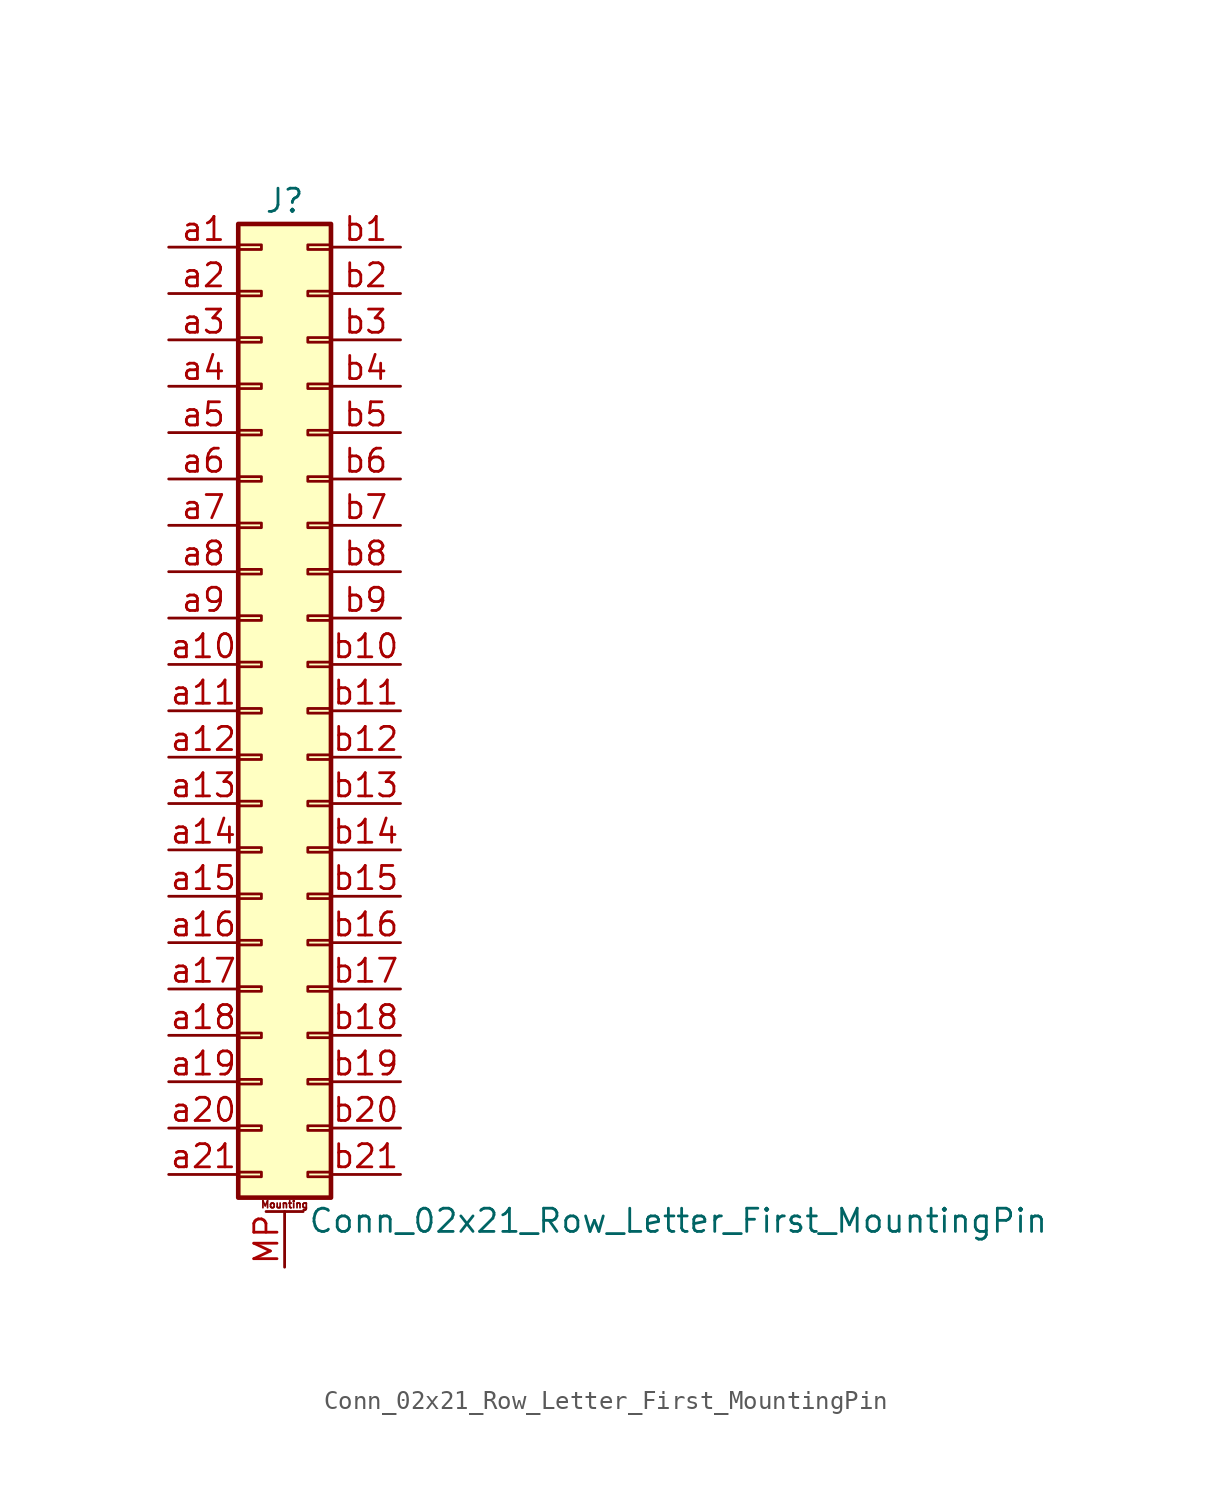
<source format=kicad_sym>
(kicad_symbol_lib
  (version 20201005)
  (generator kicad_symbol_editor)
  (symbol "Conn_02x21_Row_Letter_First_MountingPin"
    (pin_names
      (offset 1.016) hide)
    (property "Reference" "J"
      (at 1.27 27.94 0)
      (effects (font (size 1.27 1.27))))
    (property "Value" "Conn_02x21_Row_Letter_First_MountingPin"
      (at 2.54 -27.94 0)
      (effects (font (size 1.27 1.27)) (justify left)))
    (symbol "Conn_02x21_Row_Letter_First_MountingPin_1_1"
      (text "Mounting" (at 1.27 -27.051 0) (effects (font (size 0.381 0.381))))
      (rectangle (start -1.27 -25.273) (end 0 -25.527) (stroke (width 0.152)) (fill (type none)))
      (rectangle (start -1.27 -22.733) (end 0 -22.987) (stroke (width 0.152)) (fill (type none)))
      (rectangle (start -1.27 -20.193) (end 0 -20.447) (stroke (width 0.152)) (fill (type none)))
      (rectangle (start -1.27 -17.653) (end 0 -17.907) (stroke (width 0.152)) (fill (type none)))
      (rectangle (start -1.27 -15.113) (end 0 -15.367) (stroke (width 0.152)) (fill (type none)))
      (rectangle (start -1.27 -12.573) (end 0 -12.827) (stroke (width 0.152)) (fill (type none)))
      (rectangle (start -1.27 -10.033) (end 0 -10.287) (stroke (width 0.152)) (fill (type none)))
      (rectangle (start -1.27 -7.493) (end 0 -7.747) (stroke (width 0.152)) (fill (type none)))
      (rectangle (start -1.27 -4.953) (end 0 -5.207) (stroke (width 0.152)) (fill (type none)))
      (rectangle (start -1.27 -2.413) (end 0 -2.667) (stroke (width 0.152)) (fill (type none)))
      (rectangle (start -1.27 0.127) (end 0 -0.127) (stroke (width 0.152)) (fill (type none)))
      (rectangle (start -1.27 2.667) (end 0 2.413) (stroke (width 0.152)) (fill (type none)))
      (rectangle (start -1.27 5.207) (end 0 4.953) (stroke (width 0.152)) (fill (type none)))
      (rectangle (start -1.27 7.747) (end 0 7.493) (stroke (width 0.152)) (fill (type none)))
      (rectangle (start -1.27 10.287) (end 0 10.033) (stroke (width 0.152)) (fill (type none)))
      (rectangle (start -1.27 12.827) (end 0 12.573) (stroke (width 0.152)) (fill (type none)))
      (rectangle (start -1.27 15.367) (end 0 15.113) (stroke (width 0.152)) (fill (type none)))
      (rectangle (start -1.27 17.907) (end 0 17.653) (stroke (width 0.152)) (fill (type none)))
      (rectangle (start -1.27 20.447) (end 0 20.193) (stroke (width 0.152)) (fill (type none)))
      (rectangle (start -1.27 22.987) (end 0 22.733) (stroke (width 0.152)) (fill (type none)))
      (rectangle (start -1.27 25.527) (end 0 25.273) (stroke (width 0.152)) (fill (type none)))
      (rectangle (start 3.81 -25.273) (end 2.54 -25.527) (stroke (width 0.152)) (fill (type none)))
      (rectangle (start 3.81 -22.733) (end 2.54 -22.987) (stroke (width 0.152)) (fill (type none)))
      (rectangle (start 3.81 -20.193) (end 2.54 -20.447) (stroke (width 0.152)) (fill (type none)))
      (rectangle (start 3.81 -17.653) (end 2.54 -17.907) (stroke (width 0.152)) (fill (type none)))
      (rectangle (start 3.81 -15.113) (end 2.54 -15.367) (stroke (width 0.152)) (fill (type none)))
      (rectangle (start 3.81 -12.573) (end 2.54 -12.827) (stroke (width 0.152)) (fill (type none)))
      (rectangle (start 3.81 -10.033) (end 2.54 -10.287) (stroke (width 0.152)) (fill (type none)))
      (rectangle (start 3.81 -7.493) (end 2.54 -7.747) (stroke (width 0.152)) (fill (type none)))
      (rectangle (start 3.81 -4.953) (end 2.54 -5.207) (stroke (width 0.152)) (fill (type none)))
      (rectangle (start 3.81 -2.413) (end 2.54 -2.667) (stroke (width 0.152)) (fill (type none)))
      (rectangle (start 3.81 0.127) (end 2.54 -0.127) (stroke (width 0.152)) (fill (type none)))
      (rectangle (start 3.81 2.667) (end 2.54 2.413) (stroke (width 0.152)) (fill (type none)))
      (rectangle (start 3.81 5.207) (end 2.54 4.953) (stroke (width 0.152)) (fill (type none)))
      (rectangle (start 3.81 7.747) (end 2.54 7.493) (stroke (width 0.152)) (fill (type none)))
      (rectangle (start 3.81 10.287) (end 2.54 10.033) (stroke (width 0.152)) (fill (type none)))
      (rectangle (start 3.81 12.827) (end 2.54 12.573) (stroke (width 0.152)) (fill (type none)))
      (rectangle (start 3.81 15.367) (end 2.54 15.113) (stroke (width 0.152)) (fill (type none)))
      (rectangle (start 3.81 17.907) (end 2.54 17.653) (stroke (width 0.152)) (fill (type none)))
      (rectangle (start 3.81 20.447) (end 2.54 20.193) (stroke (width 0.152)) (fill (type none)))
      (rectangle (start 3.81 22.987) (end 2.54 22.733) (stroke (width 0.152)) (fill (type none)))
      (rectangle (start 3.81 25.527) (end 2.54 25.273) (stroke (width 0.152)) (fill (type none)))
      (rectangle (start -1.27 26.67) (end 3.81 -26.67) (stroke (width 0.254)) (fill (type background)))
      (polyline (pts (xy 0.254 -27.432) (xy 2.286 -27.432)) (stroke (width 0.152)) (fill (type none)))
      (pin passive line (at 1.27 -30.48 90) (length 3.048) (name "MountPin" (effects (font (size 1.27 1.27)))) (number "MP" (effects (font (size 1.27 1.27)))))
      (pin passive line (at -5.08 25.4 0) (length 3.81) (name "Pin_a1" (effects (font (size 1.27 1.27)))) (number "a1" (effects (font (size 1.27 1.27)))))
      (pin passive line (at -5.08 2.54 0) (length 3.81) (name "Pin_a10" (effects (font (size 1.27 1.27)))) (number "a10" (effects (font (size 1.27 1.27)))))
      (pin passive line (at -5.08 0 0) (length 3.81) (name "Pin_a11" (effects (font (size 1.27 1.27)))) (number "a11" (effects (font (size 1.27 1.27)))))
      (pin passive line (at -5.08 -2.54 0) (length 3.81) (name "Pin_a12" (effects (font (size 1.27 1.27)))) (number "a12" (effects (font (size 1.27 1.27)))))
      (pin passive line (at -5.08 -5.08 0) (length 3.81) (name "Pin_a13" (effects (font (size 1.27 1.27)))) (number "a13" (effects (font (size 1.27 1.27)))))
      (pin passive line (at -5.08 -7.62 0) (length 3.81) (name "Pin_a14" (effects (font (size 1.27 1.27)))) (number "a14" (effects (font (size 1.27 1.27)))))
      (pin passive line (at -5.08 -10.16 0) (length 3.81) (name "Pin_a15" (effects (font (size 1.27 1.27)))) (number "a15" (effects (font (size 1.27 1.27)))))
      (pin passive line (at -5.08 -12.7 0) (length 3.81) (name "Pin_a16" (effects (font (size 1.27 1.27)))) (number "a16" (effects (font (size 1.27 1.27)))))
      (pin passive line (at -5.08 -15.24 0) (length 3.81) (name "Pin_a17" (effects (font (size 1.27 1.27)))) (number "a17" (effects (font (size 1.27 1.27)))))
      (pin passive line (at -5.08 -17.78 0) (length 3.81) (name "Pin_a18" (effects (font (size 1.27 1.27)))) (number "a18" (effects (font (size 1.27 1.27)))))
      (pin passive line (at -5.08 -20.32 0) (length 3.81) (name "Pin_a19" (effects (font (size 1.27 1.27)))) (number "a19" (effects (font (size 1.27 1.27)))))
      (pin passive line (at -5.08 22.86 0) (length 3.81) (name "Pin_a2" (effects (font (size 1.27 1.27)))) (number "a2" (effects (font (size 1.27 1.27)))))
      (pin passive line (at -5.08 -22.86 0) (length 3.81) (name "Pin_a20" (effects (font (size 1.27 1.27)))) (number "a20" (effects (font (size 1.27 1.27)))))
      (pin passive line (at -5.08 -25.4 0) (length 3.81) (name "Pin_a21" (effects (font (size 1.27 1.27)))) (number "a21" (effects (font (size 1.27 1.27)))))
      (pin passive line (at -5.08 20.32 0) (length 3.81) (name "Pin_a3" (effects (font (size 1.27 1.27)))) (number "a3" (effects (font (size 1.27 1.27)))))
      (pin passive line (at -5.08 17.78 0) (length 3.81) (name "Pin_a4" (effects (font (size 1.27 1.27)))) (number "a4" (effects (font (size 1.27 1.27)))))
      (pin passive line (at -5.08 15.24 0) (length 3.81) (name "Pin_a5" (effects (font (size 1.27 1.27)))) (number "a5" (effects (font (size 1.27 1.27)))))
      (pin passive line (at -5.08 12.7 0) (length 3.81) (name "Pin_a6" (effects (font (size 1.27 1.27)))) (number "a6" (effects (font (size 1.27 1.27)))))
      (pin passive line (at -5.08 10.16 0) (length 3.81) (name "Pin_a7" (effects (font (size 1.27 1.27)))) (number "a7" (effects (font (size 1.27 1.27)))))
      (pin passive line (at -5.08 7.62 0) (length 3.81) (name "Pin_a8" (effects (font (size 1.27 1.27)))) (number "a8" (effects (font (size 1.27 1.27)))))
      (pin passive line (at -5.08 5.08 0) (length 3.81) (name "Pin_a9" (effects (font (size 1.27 1.27)))) (number "a9" (effects (font (size 1.27 1.27)))))
      (pin passive line (at 7.62 25.4 180) (length 3.81) (name "Pin_b1" (effects (font (size 1.27 1.27)))) (number "b1" (effects (font (size 1.27 1.27)))))
      (pin passive line (at 7.62 2.54 180) (length 3.81) (name "Pin_b10" (effects (font (size 1.27 1.27)))) (number "b10" (effects (font (size 1.27 1.27)))))
      (pin passive line (at 7.62 0 180) (length 3.81) (name "Pin_b11" (effects (font (size 1.27 1.27)))) (number "b11" (effects (font (size 1.27 1.27)))))
      (pin passive line (at 7.62 -2.54 180) (length 3.81) (name "Pin_b12" (effects (font (size 1.27 1.27)))) (number "b12" (effects (font (size 1.27 1.27)))))
      (pin passive line (at 7.62 -5.08 180) (length 3.81) (name "Pin_b13" (effects (font (size 1.27 1.27)))) (number "b13" (effects (font (size 1.27 1.27)))))
      (pin passive line (at 7.62 -7.62 180) (length 3.81) (name "Pin_b14" (effects (font (size 1.27 1.27)))) (number "b14" (effects (font (size 1.27 1.27)))))
      (pin passive line (at 7.62 -10.16 180) (length 3.81) (name "Pin_b15" (effects (font (size 1.27 1.27)))) (number "b15" (effects (font (size 1.27 1.27)))))
      (pin passive line (at 7.62 -12.7 180) (length 3.81) (name "Pin_b16" (effects (font (size 1.27 1.27)))) (number "b16" (effects (font (size 1.27 1.27)))))
      (pin passive line (at 7.62 -15.24 180) (length 3.81) (name "Pin_b17" (effects (font (size 1.27 1.27)))) (number "b17" (effects (font (size 1.27 1.27)))))
      (pin passive line (at 7.62 -17.78 180) (length 3.81) (name "Pin_b18" (effects (font (size 1.27 1.27)))) (number "b18" (effects (font (size 1.27 1.27)))))
      (pin passive line (at 7.62 -20.32 180) (length 3.81) (name "Pin_b19" (effects (font (size 1.27 1.27)))) (number "b19" (effects (font (size 1.27 1.27)))))
      (pin passive line (at 7.62 22.86 180) (length 3.81) (name "Pin_b2" (effects (font (size 1.27 1.27)))) (number "b2" (effects (font (size 1.27 1.27)))))
      (pin passive line (at 7.62 -22.86 180) (length 3.81) (name "Pin_b20" (effects (font (size 1.27 1.27)))) (number "b20" (effects (font (size 1.27 1.27)))))
      (pin passive line (at 7.62 -25.4 180) (length 3.81) (name "Pin_b21" (effects (font (size 1.27 1.27)))) (number "b21" (effects (font (size 1.27 1.27)))))
      (pin passive line (at 7.62 20.32 180) (length 3.81) (name "Pin_b3" (effects (font (size 1.27 1.27)))) (number "b3" (effects (font (size 1.27 1.27)))))
      (pin passive line (at 7.62 17.78 180) (length 3.81) (name "Pin_b4" (effects (font (size 1.27 1.27)))) (number "b4" (effects (font (size 1.27 1.27)))))
      (pin passive line (at 7.62 15.24 180) (length 3.81) (name "Pin_b5" (effects (font (size 1.27 1.27)))) (number "b5" (effects (font (size 1.27 1.27)))))
      (pin passive line (at 7.62 12.7 180) (length 3.81) (name "Pin_b6" (effects (font (size 1.27 1.27)))) (number "b6" (effects (font (size 1.27 1.27)))))
      (pin passive line (at 7.62 10.16 180) (length 3.81) (name "Pin_b7" (effects (font (size 1.27 1.27)))) (number "b7" (effects (font (size 1.27 1.27)))))
      (pin passive line (at 7.62 7.62 180) (length 3.81) (name "Pin_b8" (effects (font (size 1.27 1.27)))) (number "b8" (effects (font (size 1.27 1.27)))))
      (pin passive line (at 7.62 5.08 180) (length 3.81) (name "Pin_b9" (effects (font (size 1.27 1.27)))) (number "b9" (effects (font (size 1.27 1.27))))))))
</source>
